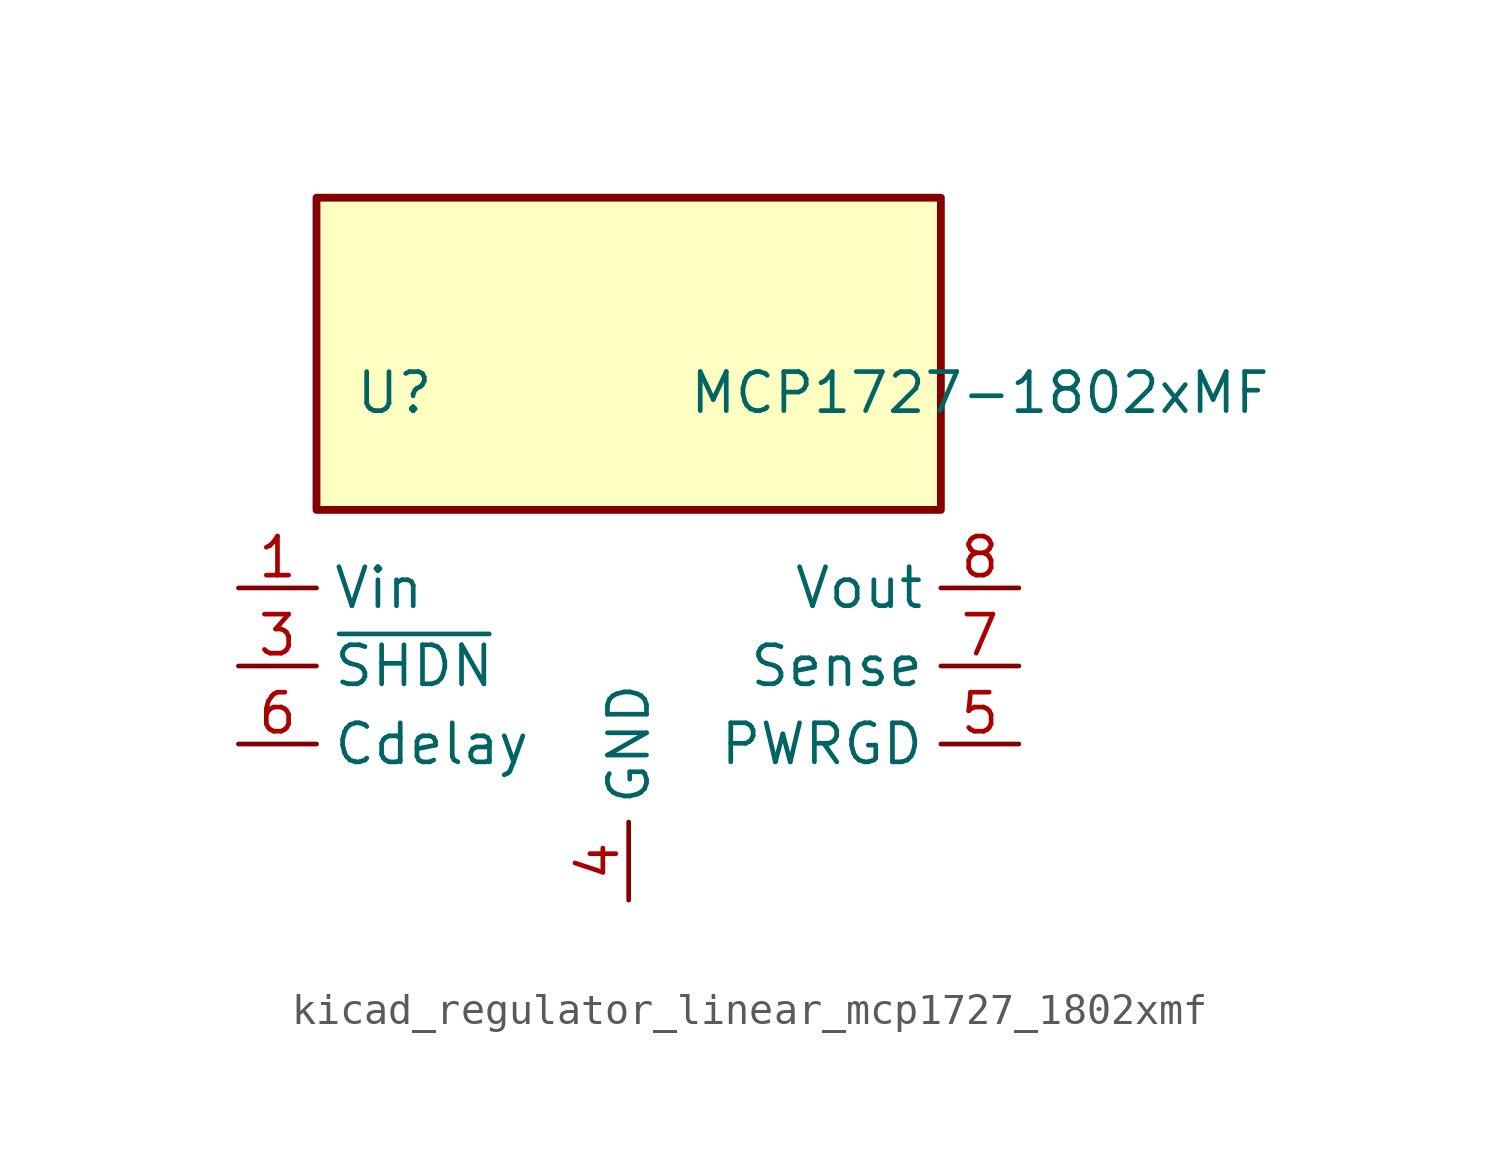
<source format=kicad_sym>
(kicad_symbol_lib
  (version 20220914)
  (generator kicad_symbol_editor)
  (symbol "kicad_regulator_linear_mcp1727_1802xmf"
    (property "Reference" "U"
      (at -7.62 8.89 0)
      (effects (font (size 1.27 1.27))))
    (property "Value" "MCP1727-1802xMF"
      (at 11.43 8.89 0)
      (effects (font (size 1.27 1.27))))
    (symbol "kicad_regulator_linear_mcp1727_1802xmf_0_0"
      (pin open_collector line (at 12.7 -2.54 180) (length 2.54) (name "PWRGD" (effects (font (size 1.27 1.27)))) (number "5" (effects (font (size 1.27 1.27)))))
      (pin input line (at -12.7 -2.54 0) (length 2.54) (name "Cdelay" (effects (font (size 1.27 1.27)))) (number "6" (effects (font (size 1.27 1.27)))))
      (pin input line (at 12.7 0 180) (length 2.54) (name "Sense" (effects (font (size 1.27 1.27)))) (number "7" (effects (font (size 1.27 1.27)))))
      (pin power_out line (at 12.7 2.54 180) (length 2.54) (name "Vout" (effects (font (size 1.27 1.27)))) (number "8" (effects (font (size 1.27 1.27))))))
    (symbol "kicad_regulator_linear_mcp1727_1802xmf_0_1"
      (rectangle (start 10.16 15.24) (end -10.16 5.08) (stroke (width 0.254) (type default)) (fill (type background))))
    (symbol "kicad_regulator_linear_mcp1727_1802xmf_1_1"
      (pin power_in line (at -12.7 2.54 0) (length 2.54) (name "Vin" (effects (font (size 1.27 1.27)))) (number "1" (effects (font (size 1.27 1.27)))))
      (pin passive line (at -12.7 2.54 0) (length 2.54) hide (name "Vin" (effects (font (size 1.27 1.27)))) (number "2" (effects (font (size 1.27 1.27)))))
      (pin input line (at -12.7 0 0) (length 2.54) (name "~{SHDN}" (effects (font (size 1.27 1.27)))) (number "3" (effects (font (size 1.27 1.27)))))
      (pin power_in line (at 0 -7.62 90) (length 2.54) (name "GND" (effects (font (size 1.27 1.27)))) (number "4" (effects (font (size 1.27 1.27)))))
      (pin passive line (at 0 -7.62 90) (length 2.54) hide (name "GND" (effects (font (size 1.27 1.27)))) (number "9" (effects (font (size 1.27 1.27))))))))
</source>
